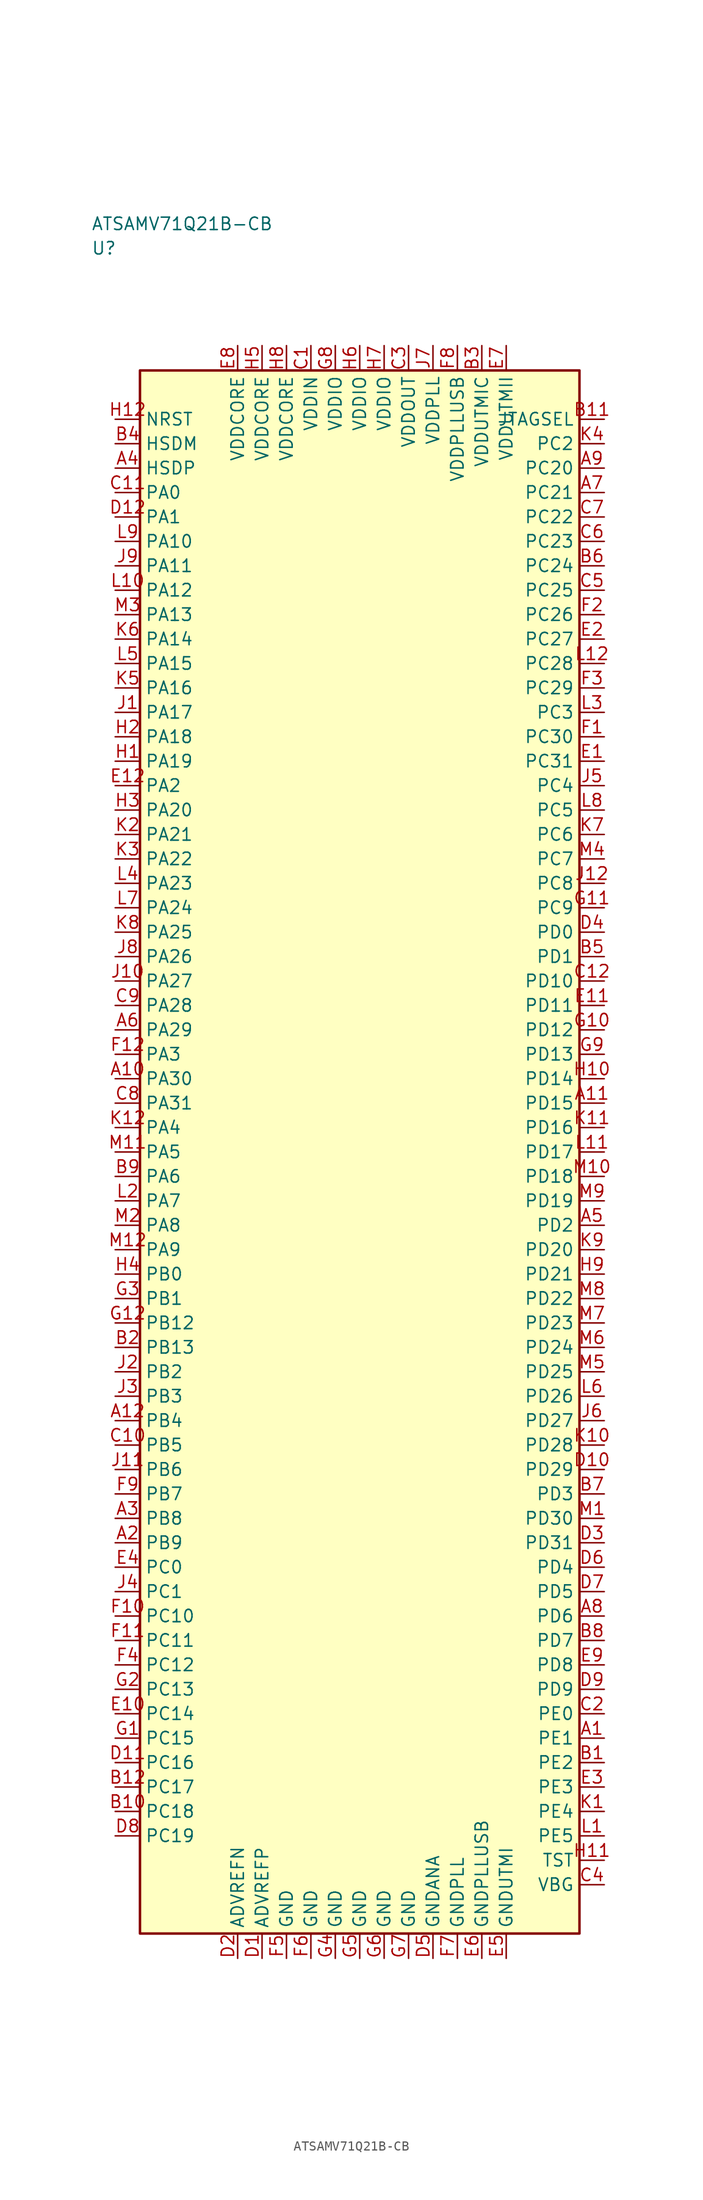
<source format=kicad_sym>
(kicad_symbol_lib
  (version 20241025)
  (generator "kicad_symbol_editor")
  (generator_version "8.0")
  (symbol "ATSAMV71Q21B-CB"
    (property "Reference" "U"
      (at -27.5 92.5 0)
      (effects (font (size 1.27 1.27)) (justify left)))
    (property "Value" "ATSAMV71Q21B-CB"
      (at -27.5 95.0 0)
      (effects (font (size 1.27 1.27)) (justify left)))
    (symbol "ATSAMV71Q21B-CB_0_1"
      (rectangle (start -22.5 80.0) (end 22.5 -80.0) (stroke (width 0.254) (type default)) (fill (type background))))
    (symbol "ATSAMV71Q21B-CB_1_1"
      (pin bidirectional line (at 25.04 -60.0 180.0) (length 2.54) (name "PE1" (effects (font (size 1.27 1.27)))) (number "A1" (effects (font (size 1.27 1.27)))))
      (pin bidirectional line (at -25.04 -40.0 0.0) (length 2.54) (name "PB9" (effects (font (size 1.27 1.27)))) (number "A2" (effects (font (size 1.27 1.27)))))
      (pin bidirectional line (at -25.04 -37.5 0.0) (length 2.54) (name "PB8" (effects (font (size 1.27 1.27)))) (number "A3" (effects (font (size 1.27 1.27)))))
      (pin bidirectional line (at -25.04 70.0 0.0) (length 2.54) (name "HSDP" (effects (font (size 1.27 1.27)))) (number "A4" (effects (font (size 1.27 1.27)))))
      (pin bidirectional line (at 25.04 -7.5 180.0) (length 2.54) (name "PD2" (effects (font (size 1.27 1.27)))) (number "A5" (effects (font (size 1.27 1.27)))))
      (pin bidirectional line (at -25.04 12.5 0.0) (length 2.54) (name "PA29" (effects (font (size 1.27 1.27)))) (number "A6" (effects (font (size 1.27 1.27)))))
      (pin bidirectional line (at 25.04 67.5 180.0) (length 2.54) (name "PC21" (effects (font (size 1.27 1.27)))) (number "A7" (effects (font (size 1.27 1.27)))))
      (pin bidirectional line (at 25.04 -47.5 180.0) (length 2.54) (name "PD6" (effects (font (size 1.27 1.27)))) (number "A8" (effects (font (size 1.27 1.27)))))
      (pin bidirectional line (at 25.04 70.0 180.0) (length 2.54) (name "PC20" (effects (font (size 1.27 1.27)))) (number "A9" (effects (font (size 1.27 1.27)))))
      (pin bidirectional line (at -25.04 7.5 0.0) (length 2.54) (name "PA30" (effects (font (size 1.27 1.27)))) (number "A10" (effects (font (size 1.27 1.27)))))
      (pin bidirectional line (at 25.04 5.0 180.0) (length 2.54) (name "PD15" (effects (font (size 1.27 1.27)))) (number "A11" (effects (font (size 1.27 1.27)))))
      (pin bidirectional line (at -25.04 -27.5 0.0) (length 2.54) (name "PB4" (effects (font (size 1.27 1.27)))) (number "A12" (effects (font (size 1.27 1.27)))))
      (pin bidirectional line (at 25.04 -62.5 180.0) (length 2.54) (name "PE2" (effects (font (size 1.27 1.27)))) (number "B1" (effects (font (size 1.27 1.27)))))
      (pin bidirectional line (at -25.04 -20.0 0.0) (length 2.54) (name "PB13" (effects (font (size 1.27 1.27)))) (number "B2" (effects (font (size 1.27 1.27)))))
      (pin power_in line (at 12.5 82.54 270.0) (length 2.54) (name "VDDUTMIC" (effects (font (size 1.27 1.27)))) (number "B3" (effects (font (size 1.27 1.27)))))
      (pin bidirectional line (at -25.04 72.5 0.0) (length 2.54) (name "HSDM" (effects (font (size 1.27 1.27)))) (number "B4" (effects (font (size 1.27 1.27)))))
      (pin bidirectional line (at 25.04 20.0 180.0) (length 2.54) (name "PD1" (effects (font (size 1.27 1.27)))) (number "B5" (effects (font (size 1.27 1.27)))))
      (pin bidirectional line (at 25.04 60.0 180.0) (length 2.54) (name "PC24" (effects (font (size 1.27 1.27)))) (number "B6" (effects (font (size 1.27 1.27)))))
      (pin bidirectional line (at 25.04 -35.0 180.0) (length 2.54) (name "PD3" (effects (font (size 1.27 1.27)))) (number "B7" (effects (font (size 1.27 1.27)))))
      (pin bidirectional line (at 25.04 -50.0 180.0) (length 2.54) (name "PD7" (effects (font (size 1.27 1.27)))) (number "B8" (effects (font (size 1.27 1.27)))))
      (pin bidirectional line (at -25.04 -2.5 0.0) (length 2.54) (name "PA6" (effects (font (size 1.27 1.27)))) (number "B9" (effects (font (size 1.27 1.27)))))
      (pin bidirectional line (at -25.04 -67.5 0.0) (length 2.54) (name "PC18" (effects (font (size 1.27 1.27)))) (number "B10" (effects (font (size 1.27 1.27)))))
      (pin output line (at 25.04 75.0 180.0) (length 2.54) (name "JTAGSEL" (effects (font (size 1.27 1.27)))) (number "B11" (effects (font (size 1.27 1.27)))))
      (pin bidirectional line (at -25.04 -65.0 0.0) (length 2.54) (name "PC17" (effects (font (size 1.27 1.27)))) (number "B12" (effects (font (size 1.27 1.27)))))
      (pin power_in line (at -5.0 82.54 270.0) (length 2.54) (name "VDDIN" (effects (font (size 1.27 1.27)))) (number "C1" (effects (font (size 1.27 1.27)))))
      (pin bidirectional line (at 25.04 -57.5 180.0) (length 2.54) (name "PE0" (effects (font (size 1.27 1.27)))) (number "C2" (effects (font (size 1.27 1.27)))))
      (pin power_in line (at 5.0 82.54 270.0) (length 2.54) (name "VDDOUT" (effects (font (size 1.27 1.27)))) (number "C3" (effects (font (size 1.27 1.27)))))
      (pin bidirectional line (at 25.04 -75.0 180.0) (length 2.54) (name "VBG" (effects (font (size 1.27 1.27)))) (number "C4" (effects (font (size 1.27 1.27)))))
      (pin bidirectional line (at 25.04 57.5 180.0) (length 2.54) (name "PC25" (effects (font (size 1.27 1.27)))) (number "C5" (effects (font (size 1.27 1.27)))))
      (pin bidirectional line (at 25.04 62.5 180.0) (length 2.54) (name "PC23" (effects (font (size 1.27 1.27)))) (number "C6" (effects (font (size 1.27 1.27)))))
      (pin bidirectional line (at 25.04 65.0 180.0) (length 2.54) (name "PC22" (effects (font (size 1.27 1.27)))) (number "C7" (effects (font (size 1.27 1.27)))))
      (pin bidirectional line (at -25.04 5.0 0.0) (length 2.54) (name "PA31" (effects (font (size 1.27 1.27)))) (number "C8" (effects (font (size 1.27 1.27)))))
      (pin bidirectional line (at -25.04 15.0 0.0) (length 2.54) (name "PA28" (effects (font (size 1.27 1.27)))) (number "C9" (effects (font (size 1.27 1.27)))))
      (pin bidirectional line (at -25.04 -30.0 0.0) (length 2.54) (name "PB5" (effects (font (size 1.27 1.27)))) (number "C10" (effects (font (size 1.27 1.27)))))
      (pin bidirectional line (at -25.04 67.5 0.0) (length 2.54) (name "PA0" (effects (font (size 1.27 1.27)))) (number "C11" (effects (font (size 1.27 1.27)))))
      (pin bidirectional line (at 25.04 17.5 180.0) (length 2.54) (name "PD10" (effects (font (size 1.27 1.27)))) (number "C12" (effects (font (size 1.27 1.27)))))
      (pin passive line (at -10.0 -82.54 90.0) (length 2.54) (name "ADVREFP" (effects (font (size 1.27 1.27)))) (number "D1" (effects (font (size 1.27 1.27)))))
      (pin passive line (at -12.5 -82.54 90.0) (length 2.54) (name "ADVREFN" (effects (font (size 1.27 1.27)))) (number "D2" (effects (font (size 1.27 1.27)))))
      (pin bidirectional line (at 25.04 -40.0 180.0) (length 2.54) (name "PD31" (effects (font (size 1.27 1.27)))) (number "D3" (effects (font (size 1.27 1.27)))))
      (pin bidirectional line (at 25.04 22.5 180.0) (length 2.54) (name "PD0" (effects (font (size 1.27 1.27)))) (number "D4" (effects (font (size 1.27 1.27)))))
      (pin passive line (at 7.5 -82.54 90.0) (length 2.54) (name "GNDANA" (effects (font (size 1.27 1.27)))) (number "D5" (effects (font (size 1.27 1.27)))))
      (pin bidirectional line (at 25.04 -42.5 180.0) (length 2.54) (name "PD4" (effects (font (size 1.27 1.27)))) (number "D6" (effects (font (size 1.27 1.27)))))
      (pin bidirectional line (at 25.04 -45.0 180.0) (length 2.54) (name "PD5" (effects (font (size 1.27 1.27)))) (number "D7" (effects (font (size 1.27 1.27)))))
      (pin bidirectional line (at -25.04 -70.0 0.0) (length 2.54) (name "PC19" (effects (font (size 1.27 1.27)))) (number "D8" (effects (font (size 1.27 1.27)))))
      (pin bidirectional line (at 25.04 -55.0 180.0) (length 2.54) (name "PD9" (effects (font (size 1.27 1.27)))) (number "D9" (effects (font (size 1.27 1.27)))))
      (pin bidirectional line (at 25.04 -32.5 180.0) (length 2.54) (name "PD29" (effects (font (size 1.27 1.27)))) (number "D10" (effects (font (size 1.27 1.27)))))
      (pin bidirectional line (at -25.04 -62.5 0.0) (length 2.54) (name "PC16" (effects (font (size 1.27 1.27)))) (number "D11" (effects (font (size 1.27 1.27)))))
      (pin bidirectional line (at -25.04 65.0 0.0) (length 2.54) (name "PA1" (effects (font (size 1.27 1.27)))) (number "D12" (effects (font (size 1.27 1.27)))))
      (pin bidirectional line (at 25.04 40.0 180.0) (length 2.54) (name "PC31" (effects (font (size 1.27 1.27)))) (number "E1" (effects (font (size 1.27 1.27)))))
      (pin bidirectional line (at 25.04 52.5 180.0) (length 2.54) (name "PC27" (effects (font (size 1.27 1.27)))) (number "E2" (effects (font (size 1.27 1.27)))))
      (pin bidirectional line (at 25.04 -65.0 180.0) (length 2.54) (name "PE3" (effects (font (size 1.27 1.27)))) (number "E3" (effects (font (size 1.27 1.27)))))
      (pin bidirectional line (at -25.04 -42.5 0.0) (length 2.54) (name "PC0" (effects (font (size 1.27 1.27)))) (number "E4" (effects (font (size 1.27 1.27)))))
      (pin passive line (at 15.0 -82.54 90.0) (length 2.54) (name "GNDUTMI" (effects (font (size 1.27 1.27)))) (number "E5" (effects (font (size 1.27 1.27)))))
      (pin passive line (at 12.5 -82.54 90.0) (length 2.54) (name "GNDPLLUSB" (effects (font (size 1.27 1.27)))) (number "E6" (effects (font (size 1.27 1.27)))))
      (pin power_in line (at 15.0 82.54 270.0) (length 2.54) (name "VDDUTMII" (effects (font (size 1.27 1.27)))) (number "E7" (effects (font (size 1.27 1.27)))))
      (pin power_in line (at -12.5 82.54 270.0) (length 2.54) (name "VDDCORE" (effects (font (size 1.27 1.27)))) (number "E8" (effects (font (size 1.27 1.27)))))
      (pin bidirectional line (at 25.04 -52.5 180.0) (length 2.54) (name "PD8" (effects (font (size 1.27 1.27)))) (number "E9" (effects (font (size 1.27 1.27)))))
      (pin bidirectional line (at -25.04 -57.5 0.0) (length 2.54) (name "PC14" (effects (font (size 1.27 1.27)))) (number "E10" (effects (font (size 1.27 1.27)))))
      (pin bidirectional line (at 25.04 15.0 180.0) (length 2.54) (name "PD11" (effects (font (size 1.27 1.27)))) (number "E11" (effects (font (size 1.27 1.27)))))
      (pin bidirectional line (at -25.04 37.5 0.0) (length 2.54) (name "PA2" (effects (font (size 1.27 1.27)))) (number "E12" (effects (font (size 1.27 1.27)))))
      (pin bidirectional line (at 25.04 42.5 180.0) (length 2.54) (name "PC30" (effects (font (size 1.27 1.27)))) (number "F1" (effects (font (size 1.27 1.27)))))
      (pin bidirectional line (at 25.04 55.0 180.0) (length 2.54) (name "PC26" (effects (font (size 1.27 1.27)))) (number "F2" (effects (font (size 1.27 1.27)))))
      (pin bidirectional line (at 25.04 47.5 180.0) (length 2.54) (name "PC29" (effects (font (size 1.27 1.27)))) (number "F3" (effects (font (size 1.27 1.27)))))
      (pin bidirectional line (at -25.04 -52.5 0.0) (length 2.54) (name "PC12" (effects (font (size 1.27 1.27)))) (number "F4" (effects (font (size 1.27 1.27)))))
      (pin passive line (at -7.5 -82.54 90.0) (length 2.54) (name "GND" (effects (font (size 1.27 1.27)))) (number "F5" (effects (font (size 1.27 1.27)))))
      (pin passive line (at -5.0 -82.54 90.0) (length 2.54) (name "GND" (effects (font (size 1.27 1.27)))) (number "F6" (effects (font (size 1.27 1.27)))))
      (pin passive line (at 10.0 -82.54 90.0) (length 2.54) (name "GNDPLL" (effects (font (size 1.27 1.27)))) (number "F7" (effects (font (size 1.27 1.27)))))
      (pin power_in line (at 10.0 82.54 270.0) (length 2.54) (name "VDDPLLUSB" (effects (font (size 1.27 1.27)))) (number "F8" (effects (font (size 1.27 1.27)))))
      (pin bidirectional line (at -25.04 -35.0 0.0) (length 2.54) (name "PB7" (effects (font (size 1.27 1.27)))) (number "F9" (effects (font (size 1.27 1.27)))))
      (pin bidirectional line (at -25.04 -47.5 0.0) (length 2.54) (name "PC10" (effects (font (size 1.27 1.27)))) (number "F10" (effects (font (size 1.27 1.27)))))
      (pin bidirectional line (at -25.04 -50.0 0.0) (length 2.54) (name "PC11" (effects (font (size 1.27 1.27)))) (number "F11" (effects (font (size 1.27 1.27)))))
      (pin bidirectional line (at -25.04 10.0 0.0) (length 2.54) (name "PA3" (effects (font (size 1.27 1.27)))) (number "F12" (effects (font (size 1.27 1.27)))))
      (pin bidirectional line (at -25.04 -60.0 0.0) (length 2.54) (name "PC15" (effects (font (size 1.27 1.27)))) (number "G1" (effects (font (size 1.27 1.27)))))
      (pin bidirectional line (at -25.04 -55.0 0.0) (length 2.54) (name "PC13" (effects (font (size 1.27 1.27)))) (number "G2" (effects (font (size 1.27 1.27)))))
      (pin bidirectional line (at -25.04 -15.0 0.0) (length 2.54) (name "PB1" (effects (font (size 1.27 1.27)))) (number "G3" (effects (font (size 1.27 1.27)))))
      (pin passive line (at -2.5 -82.54 90.0) (length 2.54) (name "GND" (effects (font (size 1.27 1.27)))) (number "G4" (effects (font (size 1.27 1.27)))))
      (pin passive line (at 0.0 -82.54 90.0) (length 2.54) (name "GND" (effects (font (size 1.27 1.27)))) (number "G5" (effects (font (size 1.27 1.27)))))
      (pin passive line (at 2.5 -82.54 90.0) (length 2.54) (name "GND" (effects (font (size 1.27 1.27)))) (number "G6" (effects (font (size 1.27 1.27)))))
      (pin passive line (at 5.0 -82.54 90.0) (length 2.54) (name "GND" (effects (font (size 1.27 1.27)))) (number "G7" (effects (font (size 1.27 1.27)))))
      (pin power_in line (at -2.5 82.54 270.0) (length 2.54) (name "VDDIO" (effects (font (size 1.27 1.27)))) (number "G8" (effects (font (size 1.27 1.27)))))
      (pin bidirectional line (at 25.04 10.0 180.0) (length 2.54) (name "PD13" (effects (font (size 1.27 1.27)))) (number "G9" (effects (font (size 1.27 1.27)))))
      (pin bidirectional line (at 25.04 12.5 180.0) (length 2.54) (name "PD12" (effects (font (size 1.27 1.27)))) (number "G10" (effects (font (size 1.27 1.27)))))
      (pin bidirectional line (at 25.04 25.0 180.0) (length 2.54) (name "PC9" (effects (font (size 1.27 1.27)))) (number "G11" (effects (font (size 1.27 1.27)))))
      (pin bidirectional line (at -25.04 -17.5 0.0) (length 2.54) (name "PB12" (effects (font (size 1.27 1.27)))) (number "G12" (effects (font (size 1.27 1.27)))))
      (pin bidirectional line (at -25.04 40.0 0.0) (length 2.54) (name "PA19" (effects (font (size 1.27 1.27)))) (number "H1" (effects (font (size 1.27 1.27)))))
      (pin bidirectional line (at -25.04 42.5 0.0) (length 2.54) (name "PA18" (effects (font (size 1.27 1.27)))) (number "H2" (effects (font (size 1.27 1.27)))))
      (pin bidirectional line (at -25.04 35.0 0.0) (length 2.54) (name "PA20" (effects (font (size 1.27 1.27)))) (number "H3" (effects (font (size 1.27 1.27)))))
      (pin bidirectional line (at -25.04 -12.5 0.0) (length 2.54) (name "PB0" (effects (font (size 1.27 1.27)))) (number "H4" (effects (font (size 1.27 1.27)))))
      (pin power_in line (at -10.0 82.54 270.0) (length 2.54) (name "VDDCORE" (effects (font (size 1.27 1.27)))) (number "H5" (effects (font (size 1.27 1.27)))))
      (pin power_in line (at 0.0 82.54 270.0) (length 2.54) (name "VDDIO" (effects (font (size 1.27 1.27)))) (number "H6" (effects (font (size 1.27 1.27)))))
      (pin power_in line (at 2.5 82.54 270.0) (length 2.54) (name "VDDIO" (effects (font (size 1.27 1.27)))) (number "H7" (effects (font (size 1.27 1.27)))))
      (pin power_in line (at -7.5 82.54 270.0) (length 2.54) (name "VDDCORE" (effects (font (size 1.27 1.27)))) (number "H8" (effects (font (size 1.27 1.27)))))
      (pin bidirectional line (at 25.04 -12.5 180.0) (length 2.54) (name "PD21" (effects (font (size 1.27 1.27)))) (number "H9" (effects (font (size 1.27 1.27)))))
      (pin bidirectional line (at 25.04 7.5 180.0) (length 2.54) (name "PD14" (effects (font (size 1.27 1.27)))) (number "H10" (effects (font (size 1.27 1.27)))))
      (pin bidirectional line (at 25.04 -72.5 180.0) (length 2.54) (name "TST" (effects (font (size 1.27 1.27)))) (number "H11" (effects (font (size 1.27 1.27)))))
      (pin input line (at -25.04 75.0 0.0) (length 2.54) (name "NRST" (effects (font (size 1.27 1.27)))) (number "H12" (effects (font (size 1.27 1.27)))))
      (pin bidirectional line (at -25.04 45.0 0.0) (length 2.54) (name "PA17" (effects (font (size 1.27 1.27)))) (number "J1" (effects (font (size 1.27 1.27)))))
      (pin bidirectional line (at -25.04 -22.5 0.0) (length 2.54) (name "PB2" (effects (font (size 1.27 1.27)))) (number "J2" (effects (font (size 1.27 1.27)))))
      (pin bidirectional line (at -25.04 -25.0 0.0) (length 2.54) (name "PB3" (effects (font (size 1.27 1.27)))) (number "J3" (effects (font (size 1.27 1.27)))))
      (pin bidirectional line (at -25.04 -45.0 0.0) (length 2.54) (name "PC1" (effects (font (size 1.27 1.27)))) (number "J4" (effects (font (size 1.27 1.27)))))
      (pin bidirectional line (at 25.04 37.5 180.0) (length 2.54) (name "PC4" (effects (font (size 1.27 1.27)))) (number "J5" (effects (font (size 1.27 1.27)))))
      (pin bidirectional line (at 25.04 -27.5 180.0) (length 2.54) (name "PD27" (effects (font (size 1.27 1.27)))) (number "J6" (effects (font (size 1.27 1.27)))))
      (pin power_in line (at 7.5 82.54 270.0) (length 2.54) (name "VDDPLL" (effects (font (size 1.27 1.27)))) (number "J7" (effects (font (size 1.27 1.27)))))
      (pin bidirectional line (at -25.04 20.0 0.0) (length 2.54) (name "PA26" (effects (font (size 1.27 1.27)))) (number "J8" (effects (font (size 1.27 1.27)))))
      (pin bidirectional line (at -25.04 60.0 0.0) (length 2.54) (name "PA11" (effects (font (size 1.27 1.27)))) (number "J9" (effects (font (size 1.27 1.27)))))
      (pin bidirectional line (at -25.04 17.5 0.0) (length 2.54) (name "PA27" (effects (font (size 1.27 1.27)))) (number "J10" (effects (font (size 1.27 1.27)))))
      (pin bidirectional line (at -25.04 -32.5 0.0) (length 2.54) (name "PB6" (effects (font (size 1.27 1.27)))) (number "J11" (effects (font (size 1.27 1.27)))))
      (pin bidirectional line (at 25.04 27.5 180.0) (length 2.54) (name "PC8" (effects (font (size 1.27 1.27)))) (number "J12" (effects (font (size 1.27 1.27)))))
      (pin bidirectional line (at 25.04 -67.5 180.0) (length 2.54) (name "PE4" (effects (font (size 1.27 1.27)))) (number "K1" (effects (font (size 1.27 1.27)))))
      (pin bidirectional line (at -25.04 32.5 0.0) (length 2.54) (name "PA21" (effects (font (size 1.27 1.27)))) (number "K2" (effects (font (size 1.27 1.27)))))
      (pin bidirectional line (at -25.04 30.0 0.0) (length 2.54) (name "PA22" (effects (font (size 1.27 1.27)))) (number "K3" (effects (font (size 1.27 1.27)))))
      (pin bidirectional line (at 25.04 72.5 180.0) (length 2.54) (name "PC2" (effects (font (size 1.27 1.27)))) (number "K4" (effects (font (size 1.27 1.27)))))
      (pin bidirectional line (at -25.04 47.5 0.0) (length 2.54) (name "PA16" (effects (font (size 1.27 1.27)))) (number "K5" (effects (font (size 1.27 1.27)))))
      (pin bidirectional line (at -25.04 52.5 0.0) (length 2.54) (name "PA14" (effects (font (size 1.27 1.27)))) (number "K6" (effects (font (size 1.27 1.27)))))
      (pin bidirectional line (at 25.04 32.5 180.0) (length 2.54) (name "PC6" (effects (font (size 1.27 1.27)))) (number "K7" (effects (font (size 1.27 1.27)))))
      (pin bidirectional line (at -25.04 22.5 0.0) (length 2.54) (name "PA25" (effects (font (size 1.27 1.27)))) (number "K8" (effects (font (size 1.27 1.27)))))
      (pin bidirectional line (at 25.04 -10.0 180.0) (length 2.54) (name "PD20" (effects (font (size 1.27 1.27)))) (number "K9" (effects (font (size 1.27 1.27)))))
      (pin bidirectional line (at 25.04 -30.0 180.0) (length 2.54) (name "PD28" (effects (font (size 1.27 1.27)))) (number "K10" (effects (font (size 1.27 1.27)))))
      (pin bidirectional line (at 25.04 2.5 180.0) (length 2.54) (name "PD16" (effects (font (size 1.27 1.27)))) (number "K11" (effects (font (size 1.27 1.27)))))
      (pin bidirectional line (at -25.04 2.5 0.0) (length 2.54) (name "PA4" (effects (font (size 1.27 1.27)))) (number "K12" (effects (font (size 1.27 1.27)))))
      (pin bidirectional line (at 25.04 -70.0 180.0) (length 2.54) (name "PE5" (effects (font (size 1.27 1.27)))) (number "L1" (effects (font (size 1.27 1.27)))))
      (pin bidirectional line (at -25.04 -5.0 0.0) (length 2.54) (name "PA7" (effects (font (size 1.27 1.27)))) (number "L2" (effects (font (size 1.27 1.27)))))
      (pin bidirectional line (at 25.04 45.0 180.0) (length 2.54) (name "PC3" (effects (font (size 1.27 1.27)))) (number "L3" (effects (font (size 1.27 1.27)))))
      (pin bidirectional line (at -25.04 27.5 0.0) (length 2.54) (name "PA23" (effects (font (size 1.27 1.27)))) (number "L4" (effects (font (size 1.27 1.27)))))
      (pin bidirectional line (at -25.04 50.0 0.0) (length 2.54) (name "PA15" (effects (font (size 1.27 1.27)))) (number "L5" (effects (font (size 1.27 1.27)))))
      (pin bidirectional line (at 25.04 -25.0 180.0) (length 2.54) (name "PD26" (effects (font (size 1.27 1.27)))) (number "L6" (effects (font (size 1.27 1.27)))))
      (pin bidirectional line (at -25.04 25.0 0.0) (length 2.54) (name "PA24" (effects (font (size 1.27 1.27)))) (number "L7" (effects (font (size 1.27 1.27)))))
      (pin bidirectional line (at 25.04 35.0 180.0) (length 2.54) (name "PC5" (effects (font (size 1.27 1.27)))) (number "L8" (effects (font (size 1.27 1.27)))))
      (pin bidirectional line (at -25.04 62.5 0.0) (length 2.54) (name "PA10" (effects (font (size 1.27 1.27)))) (number "L9" (effects (font (size 1.27 1.27)))))
      (pin bidirectional line (at -25.04 57.5 0.0) (length 2.54) (name "PA12" (effects (font (size 1.27 1.27)))) (number "L10" (effects (font (size 1.27 1.27)))))
      (pin bidirectional line (at 25.04 0.0 180.0) (length 2.54) (name "PD17" (effects (font (size 1.27 1.27)))) (number "L11" (effects (font (size 1.27 1.27)))))
      (pin bidirectional line (at 25.04 50.0 180.0) (length 2.54) (name "PC28" (effects (font (size 1.27 1.27)))) (number "L12" (effects (font (size 1.27 1.27)))))
      (pin bidirectional line (at 25.04 -37.5 180.0) (length 2.54) (name "PD30" (effects (font (size 1.27 1.27)))) (number "M1" (effects (font (size 1.27 1.27)))))
      (pin bidirectional line (at -25.04 -7.5 0.0) (length 2.54) (name "PA8" (effects (font (size 1.27 1.27)))) (number "M2" (effects (font (size 1.27 1.27)))))
      (pin bidirectional line (at -25.04 55.0 0.0) (length 2.54) (name "PA13" (effects (font (size 1.27 1.27)))) (number "M3" (effects (font (size 1.27 1.27)))))
      (pin bidirectional line (at 25.04 30.0 180.0) (length 2.54) (name "PC7" (effects (font (size 1.27 1.27)))) (number "M4" (effects (font (size 1.27 1.27)))))
      (pin bidirectional line (at 25.04 -22.5 180.0) (length 2.54) (name "PD25" (effects (font (size 1.27 1.27)))) (number "M5" (effects (font (size 1.27 1.27)))))
      (pin bidirectional line (at 25.04 -20.0 180.0) (length 2.54) (name "PD24" (effects (font (size 1.27 1.27)))) (number "M6" (effects (font (size 1.27 1.27)))))
      (pin bidirectional line (at 25.04 -17.5 180.0) (length 2.54) (name "PD23" (effects (font (size 1.27 1.27)))) (number "M7" (effects (font (size 1.27 1.27)))))
      (pin bidirectional line (at 25.04 -15.0 180.0) (length 2.54) (name "PD22" (effects (font (size 1.27 1.27)))) (number "M8" (effects (font (size 1.27 1.27)))))
      (pin bidirectional line (at 25.04 -5.0 180.0) (length 2.54) (name "PD19" (effects (font (size 1.27 1.27)))) (number "M9" (effects (font (size 1.27 1.27)))))
      (pin bidirectional line (at 25.04 -2.5 180.0) (length 2.54) (name "PD18" (effects (font (size 1.27 1.27)))) (number "M10" (effects (font (size 1.27 1.27)))))
      (pin bidirectional line (at -25.04 0.0 0.0) (length 2.54) (name "PA5" (effects (font (size 1.27 1.27)))) (number "M11" (effects (font (size 1.27 1.27)))))
      (pin bidirectional line (at -25.04 -10.0 0.0) (length 2.54) (name "PA9" (effects (font (size 1.27 1.27)))) (number "M12" (effects (font (size 1.27 1.27))))))))
</source>
